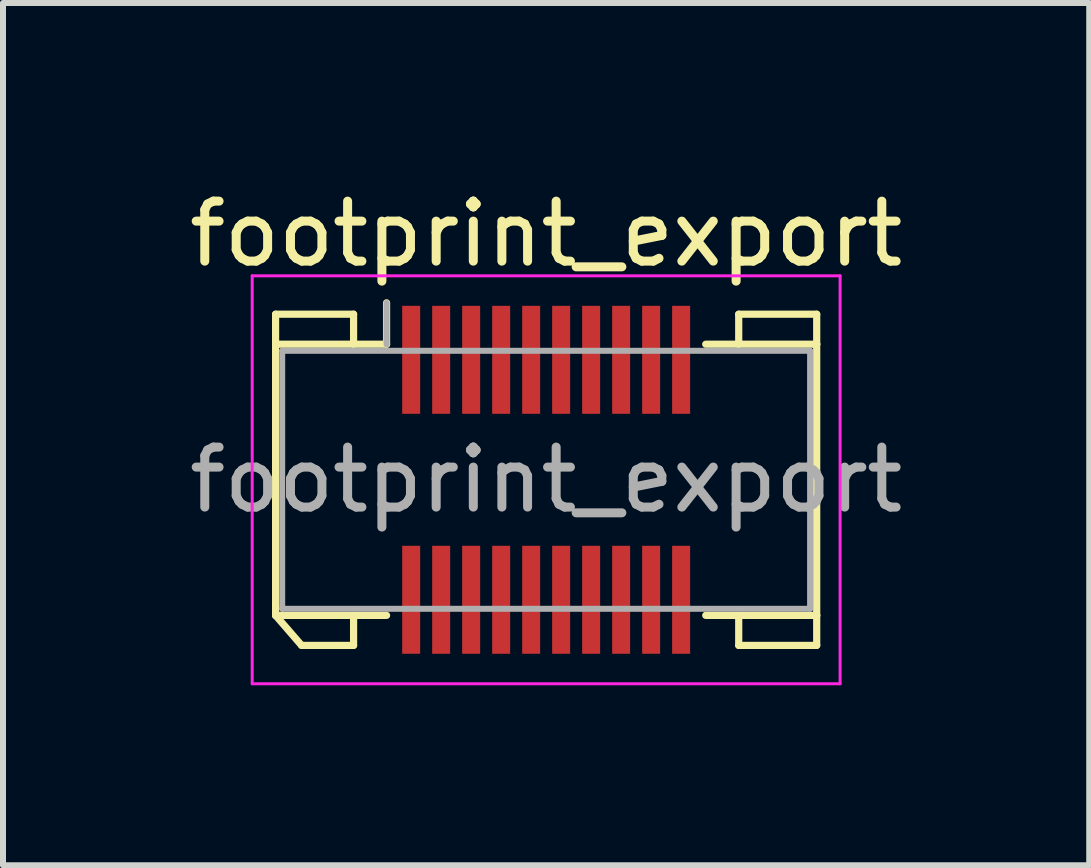
<source format=kicad_pcb>
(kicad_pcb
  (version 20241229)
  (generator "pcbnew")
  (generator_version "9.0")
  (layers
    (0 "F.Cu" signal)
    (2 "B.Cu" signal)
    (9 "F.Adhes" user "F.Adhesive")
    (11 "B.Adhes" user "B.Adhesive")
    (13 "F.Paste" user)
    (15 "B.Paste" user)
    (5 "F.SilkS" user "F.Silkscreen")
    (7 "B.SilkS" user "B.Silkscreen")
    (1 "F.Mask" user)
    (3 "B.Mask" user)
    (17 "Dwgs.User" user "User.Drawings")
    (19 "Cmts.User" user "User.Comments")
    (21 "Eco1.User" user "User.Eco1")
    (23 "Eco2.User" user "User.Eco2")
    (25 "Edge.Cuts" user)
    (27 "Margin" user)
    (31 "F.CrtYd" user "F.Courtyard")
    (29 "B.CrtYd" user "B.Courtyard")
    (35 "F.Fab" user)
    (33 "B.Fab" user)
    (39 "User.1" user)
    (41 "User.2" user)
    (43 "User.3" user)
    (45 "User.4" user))
  (footprint "footprint_export"
    (layer "F.Cu")
    (at 6.054 4.948)
    (property "Reference" "footprint_export" (at 0 -4.1 0) (layer "F.SilkS") (effects (font (size 1 1) (thickness 0.15))))
    (attr smd)
    (fp_line (start -4.51 -2.76) (end -3.21 -2.76) (stroke (width 0.12) (type solid)) (layer "F.SilkS"))
    (fp_line (start -4.51 -2.26) (end -4.51 -2.76) (stroke (width 0.12) (type solid)) (layer "F.SilkS"))
    (fp_line (start -4.51 -2.26) (end -2.66 -2.26) (stroke (width 0.12) (type solid)) (layer "F.SilkS"))
    (fp_line (start -4.51 2.26) (end -4.51 -2.26) (stroke (width 0.12) (type solid)) (layer "F.SilkS"))
    (fp_line (start -4.51 2.26) (end -4.077 2.76) (stroke (width 0.12) (type solid)) (layer "F.SilkS"))
    (fp_line (start -4.077 2.76) (end -3.21 2.76) (stroke (width 0.12) (type solid)) (layer "F.SilkS"))
    (fp_line (start -3.21 -2.76) (end -3.21 -2.26) (stroke (width 0.12) (type solid)) (layer "F.SilkS"))
    (fp_line (start -3.21 2.76) (end -3.21 2.26) (stroke (width 0.12) (type solid)) (layer "F.SilkS"))
    (fp_line (start -2.66 -2.26) (end -2.66 -2.95) (stroke (width 0.12) (type solid)) (layer "F.SilkS"))
    (fp_line (start -2.66 2.26) (end -4.51 2.26) (stroke (width 0.12) (type solid)) (layer "F.SilkS"))
    (fp_line (start 2.66 2.26) (end 4.51 2.26) (stroke (width 0.12) (type solid)) (layer "F.SilkS"))
    (fp_line (start 3.21 -2.76) (end 3.21 -2.26) (stroke (width 0.12) (type solid)) (layer "F.SilkS"))
    (fp_line (start 3.21 2.76) (end 3.21 2.26) (stroke (width 0.12) (type solid)) (layer "F.SilkS"))
    (fp_line (start 4.51 -2.76) (end 3.21 -2.76) (stroke (width 0.12) (type solid)) (layer "F.SilkS"))
    (fp_line (start 4.51 -2.26) (end 2.66 -2.26) (stroke (width 0.12) (type solid)) (layer "F.SilkS"))
    (fp_line (start 4.51 -2.26) (end 4.51 -2.76) (stroke (width 0.12) (type solid)) (layer "F.SilkS"))
    (fp_line (start 4.51 2.26) (end 4.51 -2.26) (stroke (width 0.12) (type solid)) (layer "F.SilkS"))
    (fp_line (start 4.51 2.26) (end 4.51 2.76) (stroke (width 0.12) (type solid)) (layer "F.SilkS"))
    (fp_line (start 4.51 2.76) (end 3.21 2.76) (stroke (width 0.12) (type solid)) (layer "F.SilkS"))
    (fp_line (start -4.9 -3.4) (end -4.9 3.4) (stroke (width 0.05) (type solid)) (layer "F.CrtYd"))
    (fp_line (start -4.9 3.4) (end 4.9 3.4) (stroke (width 0.05) (type solid)) (layer "F.CrtYd"))
    (fp_line (start 4.9 -3.4) (end -4.9 -3.4) (stroke (width 0.05) (type solid)) (layer "F.CrtYd"))
    (fp_line (start 4.9 3.4) (end 4.9 -3.4) (stroke (width 0.05) (type solid)) (layer "F.CrtYd"))
    (fp_line (start -4.4 -2.15) (end -4.4 2.15) (stroke (width 0.1) (type solid)) (layer "F.Fab"))
    (fp_line (start -4.4 2.15) (end 4.4 2.15) (stroke (width 0.1) (type solid)) (layer "F.Fab"))
    (fp_line (start -2.66 -2.26) (end -2.66 -2.95) (stroke (width 0.1) (type solid)) (layer "F.Fab"))
    (fp_line (start 4.4 -2.15) (end -4.4 -2.15) (stroke (width 0.1) (type solid)) (layer "F.Fab"))
    (fp_line (start 4.4 2.15) (end 4.4 -2.15) (stroke (width 0.1) (type solid)) (layer "F.Fab"))
    (fp_text user "${REFERENCE}" (at 0 0 0) (layer "F.Fab") (effects (font (size 1 1) (thickness 0.15))))
    (pad "1" smd rect (at -2.25 -2) (size 0.3 1.8) (layers "F.Cu" "F.Mask" "F.Paste"))
    (pad "2" smd rect (at -2.25 2) (size 0.3 1.8) (layers "F.Cu" "F.Mask" "F.Paste"))
    (pad "3" smd rect (at -1.75 -2) (size 0.3 1.8) (layers "F.Cu" "F.Mask" "F.Paste"))
    (pad "4" smd rect (at -1.75 2) (size 0.3 1.8) (layers "F.Cu" "F.Mask" "F.Paste"))
    (pad "5" smd rect (at -1.25 -2) (size 0.3 1.8) (layers "F.Cu" "F.Mask" "F.Paste"))
    (pad "6" smd rect (at -1.25 2) (size 0.3 1.8) (layers "F.Cu" "F.Mask" "F.Paste"))
    (pad "7" smd rect (at -0.75 -2) (size 0.3 1.8) (layers "F.Cu" "F.Mask" "F.Paste"))
    (pad "8" smd rect (at -0.75 2) (size 0.3 1.8) (layers "F.Cu" "F.Mask" "F.Paste"))
    (pad "9" smd rect (at -0.25 -2) (size 0.3 1.8) (layers "F.Cu" "F.Mask" "F.Paste"))
    (pad "10" smd rect (at -0.25 2) (size 0.3 1.8) (layers "F.Cu" "F.Mask" "F.Paste"))
    (pad "11" smd rect (at 0.25 -2) (size 0.3 1.8) (layers "F.Cu" "F.Mask" "F.Paste"))
    (pad "12" smd rect (at 0.25 2) (size 0.3 1.8) (layers "F.Cu" "F.Mask" "F.Paste"))
    (pad "13" smd rect (at 0.75 -2) (size 0.3 1.8) (layers "F.Cu" "F.Mask" "F.Paste"))
    (pad "14" smd rect (at 0.75 2) (size 0.3 1.8) (layers "F.Cu" "F.Mask" "F.Paste"))
    (pad "15" smd rect (at 1.25 -2) (size 0.3 1.8) (layers "F.Cu" "F.Mask" "F.Paste"))
    (pad "16" smd rect (at 1.25 2) (size 0.3 1.8) (layers "F.Cu" "F.Mask" "F.Paste"))
    (pad "17" smd rect (at 1.75 -2) (size 0.3 1.8) (layers "F.Cu" "F.Mask" "F.Paste"))
    (pad "18" smd rect (at 1.75 2) (size 0.3 1.8) (layers "F.Cu" "F.Mask" "F.Paste"))
    (pad "19" smd rect (at 2.25 -2) (size 0.3 1.8) (layers "F.Cu" "F.Mask" "F.Paste"))
    (pad "20" smd rect (at 2.25 2) (size 0.3 1.8) (layers "F.Cu" "F.Mask" "F.Paste")))
  (gr_rect
    (start -3 -3)
    (end 15.107 11.373)
    (stroke (width 0.1) (type default))
    (fill no)
    (layer "Edge.Cuts")))
</source>
